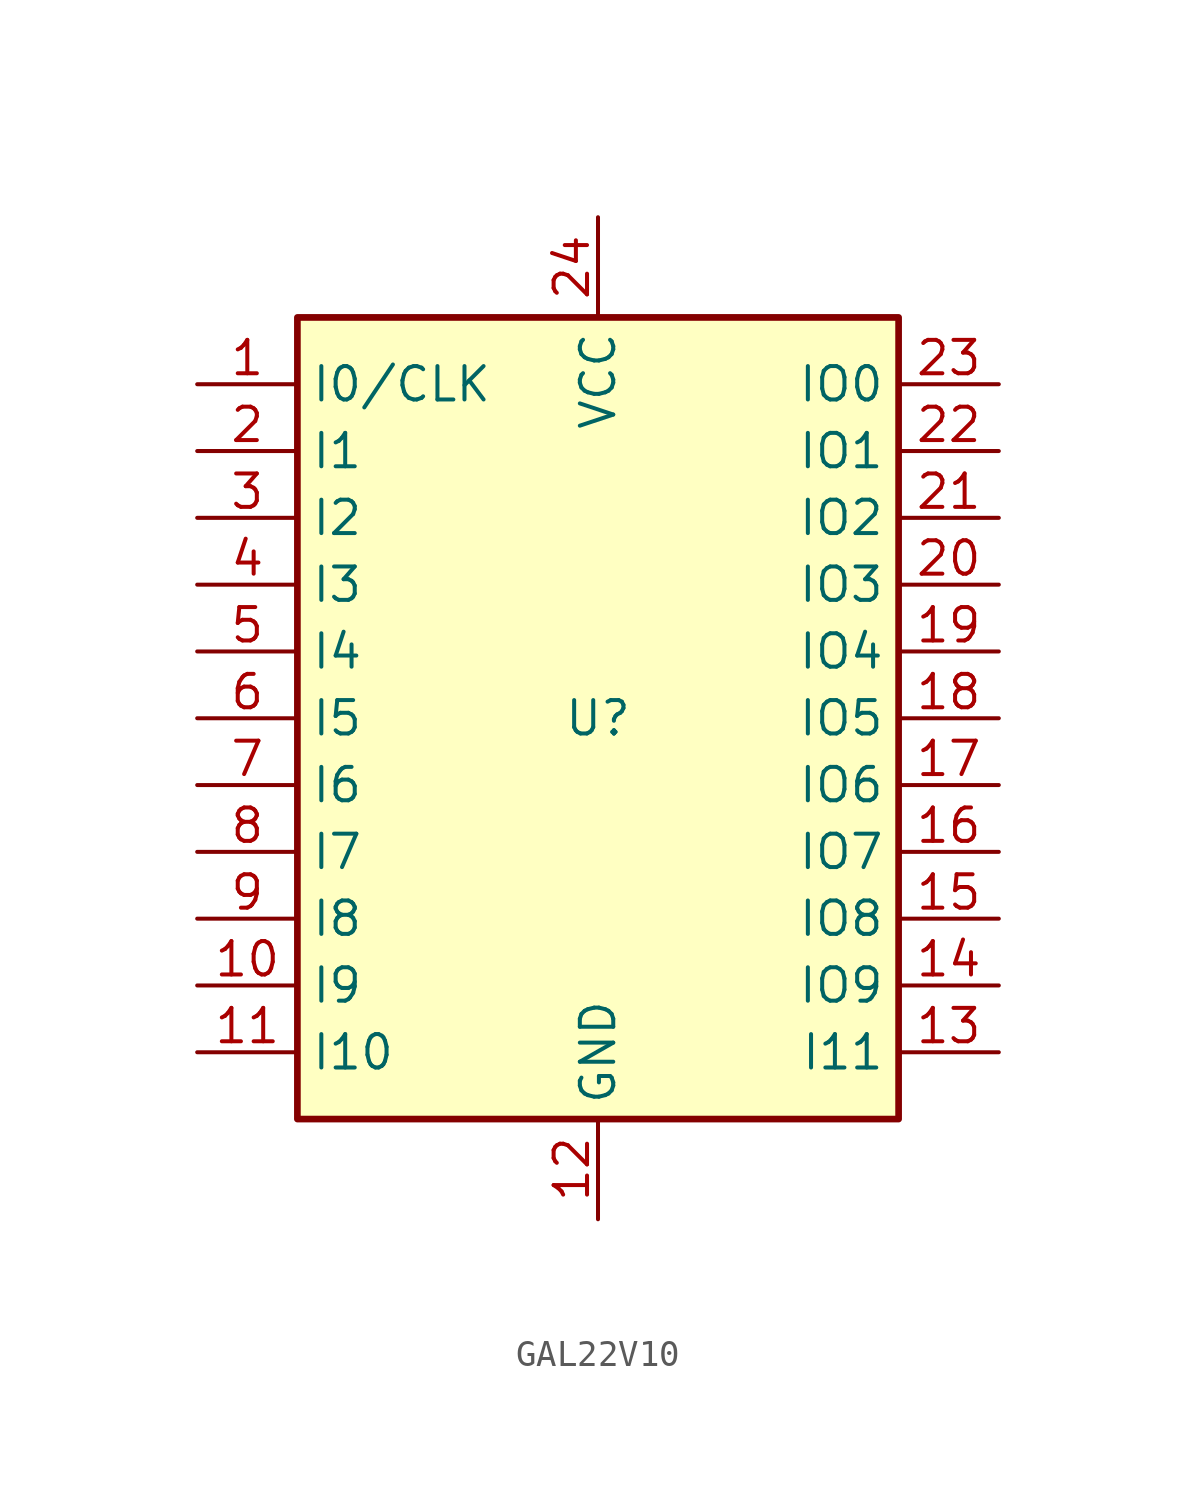
<source format=kicad_sym>
(kicad_symbol_lib
  (version 20231120)
  (generator "kicad_symbol_editor")
  (generator_version "8.0")
  (symbol "GAL22V10"
    (property "Reference" "U"
      (at 0 0 0)
      (effects (font (size 1.27 1.27))))
    (property "Value" ""
      (at 0 0 0)
      (effects (font (size 1.27 1.27))))
    (symbol "GAL22V10_0_1"
      (rectangle (start -11.43 -15.24) (end 11.43 15.24) (stroke (width 0.254) (type solid)) (fill (type background))))
    (symbol "GAL22V10_1_1"
      (pin passive line (at -15.24 12.7 0) (length 3.81) (name "I0/CLK" (effects (font (size 1.27 1.27)))) (number "1" (effects (font (size 1.27 1.27)))))
      (pin passive line (at -15.24 -10.16 0) (length 3.81) (name "I9" (effects (font (size 1.27 1.27)))) (number "10" (effects (font (size 1.27 1.27)))))
      (pin passive line (at -15.24 -12.7 0) (length 3.81) (name "I10" (effects (font (size 1.27 1.27)))) (number "11" (effects (font (size 1.27 1.27)))))
      (pin passive line (at 0 -19.05 90) (length 3.81) (name "GND" (effects (font (size 1.27 1.27)))) (number "12" (effects (font (size 1.27 1.27)))))
      (pin passive line (at 15.24 -12.7 180) (length 3.81) (name "I11" (effects (font (size 1.27 1.27)))) (number "13" (effects (font (size 1.27 1.27)))))
      (pin passive line (at 15.24 -10.16 180) (length 3.81) (name "IO9" (effects (font (size 1.27 1.27)))) (number "14" (effects (font (size 1.27 1.27)))))
      (pin passive line (at 15.24 -7.62 180) (length 3.81) (name "IO8" (effects (font (size 1.27 1.27)))) (number "15" (effects (font (size 1.27 1.27)))))
      (pin passive line (at 15.24 -5.08 180) (length 3.81) (name "IO7" (effects (font (size 1.27 1.27)))) (number "16" (effects (font (size 1.27 1.27)))))
      (pin passive line (at 15.24 -2.54 180) (length 3.81) (name "IO6" (effects (font (size 1.27 1.27)))) (number "17" (effects (font (size 1.27 1.27)))))
      (pin passive line (at 15.24 0 180) (length 3.81) (name "IO5" (effects (font (size 1.27 1.27)))) (number "18" (effects (font (size 1.27 1.27)))))
      (pin passive line (at 15.24 2.54 180) (length 3.81) (name "IO4" (effects (font (size 1.27 1.27)))) (number "19" (effects (font (size 1.27 1.27)))))
      (pin passive line (at -15.24 10.16 0) (length 3.81) (name "I1" (effects (font (size 1.27 1.27)))) (number "2" (effects (font (size 1.27 1.27)))))
      (pin passive line (at 15.24 5.08 180) (length 3.81) (name "IO3" (effects (font (size 1.27 1.27)))) (number "20" (effects (font (size 1.27 1.27)))))
      (pin passive line (at 15.24 7.62 180) (length 3.81) (name "IO2" (effects (font (size 1.27 1.27)))) (number "21" (effects (font (size 1.27 1.27)))))
      (pin passive line (at 15.24 10.16 180) (length 3.81) (name "IO1" (effects (font (size 1.27 1.27)))) (number "22" (effects (font (size 1.27 1.27)))))
      (pin passive line (at 15.24 12.7 180) (length 3.81) (name "IO0" (effects (font (size 1.27 1.27)))) (number "23" (effects (font (size 1.27 1.27)))))
      (pin passive line (at 0 19.05 270) (length 3.81) (name "VCC" (effects (font (size 1.27 1.27)))) (number "24" (effects (font (size 1.27 1.27)))))
      (pin passive line (at -15.24 7.62 0) (length 3.81) (name "I2" (effects (font (size 1.27 1.27)))) (number "3" (effects (font (size 1.27 1.27)))))
      (pin passive line (at -15.24 5.08 0) (length 3.81) (name "I3" (effects (font (size 1.27 1.27)))) (number "4" (effects (font (size 1.27 1.27)))))
      (pin passive line (at -15.24 2.54 0) (length 3.81) (name "I4" (effects (font (size 1.27 1.27)))) (number "5" (effects (font (size 1.27 1.27)))))
      (pin passive line (at -15.24 0 0) (length 3.81) (name "I5" (effects (font (size 1.27 1.27)))) (number "6" (effects (font (size 1.27 1.27)))))
      (pin passive line (at -15.24 -2.54 0) (length 3.81) (name "I6" (effects (font (size 1.27 1.27)))) (number "7" (effects (font (size 1.27 1.27)))))
      (pin passive line (at -15.24 -5.08 0) (length 3.81) (name "I7" (effects (font (size 1.27 1.27)))) (number "8" (effects (font (size 1.27 1.27)))))
      (pin passive line (at -15.24 -7.62 0) (length 3.81) (name "I8" (effects (font (size 1.27 1.27)))) (number "9" (effects (font (size 1.27 1.27))))))))
</source>
